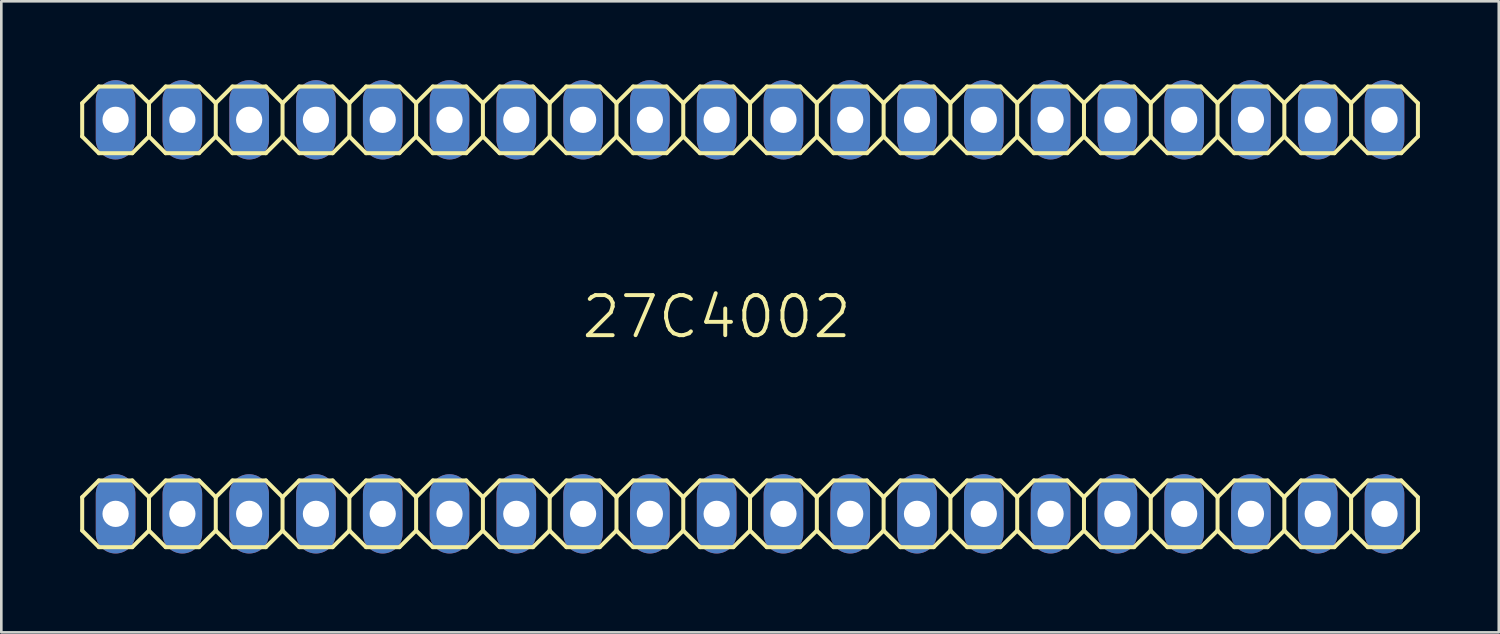
<source format=kicad_pcb>
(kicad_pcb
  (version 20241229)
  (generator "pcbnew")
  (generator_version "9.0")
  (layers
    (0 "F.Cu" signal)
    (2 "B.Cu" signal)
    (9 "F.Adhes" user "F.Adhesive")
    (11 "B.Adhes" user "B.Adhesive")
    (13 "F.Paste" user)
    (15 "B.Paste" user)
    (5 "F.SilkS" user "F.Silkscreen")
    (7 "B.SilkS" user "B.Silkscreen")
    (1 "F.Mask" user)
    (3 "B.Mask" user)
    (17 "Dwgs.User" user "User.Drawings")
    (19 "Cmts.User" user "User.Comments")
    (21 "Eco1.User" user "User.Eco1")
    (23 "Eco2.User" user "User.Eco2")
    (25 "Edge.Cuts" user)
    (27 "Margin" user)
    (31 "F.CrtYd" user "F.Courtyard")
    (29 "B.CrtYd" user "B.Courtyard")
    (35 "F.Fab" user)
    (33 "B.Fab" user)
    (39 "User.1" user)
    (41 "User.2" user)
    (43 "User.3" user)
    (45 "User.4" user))
  (footprint "27C4002"
    (layer "F.Cu")
    (at 24.206 9)
    (property "Reference" "27C4002" (at 0 0 0) (layer "F.SilkS") (effects (font (size 1.524 1.524) (thickness 0.15))))
    (attr exclude_from_pos_files exclude_from_bom)
    (fp_line (start -24.13 -8.128) (end -24.13 -6.858) (stroke (width 0.152) (type solid)) (layer "F.SilkS"))
    (fp_line (start -24.13 -6.858) (end -23.495 -6.223) (stroke (width 0.152) (type solid)) (layer "F.SilkS"))
    (fp_line (start -24.13 6.858) (end -24.13 8.128) (stroke (width 0.152) (type solid)) (layer "F.SilkS"))
    (fp_line (start -24.13 8.128) (end -23.495 8.76) (stroke (width 0.152) (type solid)) (layer "F.SilkS"))
    (fp_line (start -23.495 -8.76) (end -24.13 -8.128) (stroke (width 0.152) (type solid)) (layer "F.SilkS"))
    (fp_line (start -23.495 -8.76) (end -22.225 -8.76) (stroke (width 0.152) (type solid)) (layer "F.SilkS"))
    (fp_line (start -23.495 6.223) (end -24.13 6.858) (stroke (width 0.152) (type solid)) (layer "F.SilkS"))
    (fp_line (start -23.495 6.223) (end -22.225 6.223) (stroke (width 0.152) (type solid)) (layer "F.SilkS"))
    (fp_line (start -22.225 -8.76) (end -21.59 -8.128) (stroke (width 0.152) (type solid)) (layer "F.SilkS"))
    (fp_line (start -22.225 -6.223) (end -23.495 -6.223) (stroke (width 0.152) (type solid)) (layer "F.SilkS"))
    (fp_line (start -22.225 6.223) (end -21.59 6.858) (stroke (width 0.152) (type solid)) (layer "F.SilkS"))
    (fp_line (start -22.225 8.76) (end -23.495 8.76) (stroke (width 0.152) (type solid)) (layer "F.SilkS"))
    (fp_line (start -21.59 -8.128) (end -21.59 -6.858) (stroke (width 0.152) (type solid)) (layer "F.SilkS"))
    (fp_line (start -21.59 -8.128) (end -20.955 -8.76) (stroke (width 0.152) (type solid)) (layer "F.SilkS"))
    (fp_line (start -21.59 -6.858) (end -22.225 -6.223) (stroke (width 0.152) (type solid)) (layer "F.SilkS"))
    (fp_line (start -21.59 6.858) (end -21.59 8.128) (stroke (width 0.152) (type solid)) (layer "F.SilkS"))
    (fp_line (start -21.59 6.858) (end -20.955 6.223) (stroke (width 0.152) (type solid)) (layer "F.SilkS"))
    (fp_line (start -21.59 8.128) (end -22.225 8.76) (stroke (width 0.152) (type solid)) (layer "F.SilkS"))
    (fp_line (start -20.955 -8.76) (end -19.685 -8.76) (stroke (width 0.152) (type solid)) (layer "F.SilkS"))
    (fp_line (start -20.955 -6.223) (end -21.59 -6.858) (stroke (width 0.152) (type solid)) (layer "F.SilkS"))
    (fp_line (start -20.955 6.223) (end -19.685 6.223) (stroke (width 0.152) (type solid)) (layer "F.SilkS"))
    (fp_line (start -20.955 8.76) (end -21.59 8.128) (stroke (width 0.152) (type solid)) (layer "F.SilkS"))
    (fp_line (start -19.685 -8.76) (end -19.05 -8.128) (stroke (width 0.152) (type solid)) (layer "F.SilkS"))
    (fp_line (start -19.685 -6.223) (end -20.955 -6.223) (stroke (width 0.152) (type solid)) (layer "F.SilkS"))
    (fp_line (start -19.685 6.223) (end -19.05 6.858) (stroke (width 0.152) (type solid)) (layer "F.SilkS"))
    (fp_line (start -19.685 8.76) (end -20.955 8.76) (stroke (width 0.152) (type solid)) (layer "F.SilkS"))
    (fp_line (start -19.05 -8.128) (end -19.05 -6.858) (stroke (width 0.152) (type solid)) (layer "F.SilkS"))
    (fp_line (start -19.05 -8.128) (end -18.415 -8.76) (stroke (width 0.152) (type solid)) (layer "F.SilkS"))
    (fp_line (start -19.05 -6.858) (end -19.685 -6.223) (stroke (width 0.152) (type solid)) (layer "F.SilkS"))
    (fp_line (start -19.05 6.858) (end -19.05 8.128) (stroke (width 0.152) (type solid)) (layer "F.SilkS"))
    (fp_line (start -19.05 6.858) (end -18.415 6.223) (stroke (width 0.152) (type solid)) (layer "F.SilkS"))
    (fp_line (start -19.05 8.128) (end -19.685 8.76) (stroke (width 0.152) (type solid)) (layer "F.SilkS"))
    (fp_line (start -18.415 -8.76) (end -17.145 -8.76) (stroke (width 0.152) (type solid)) (layer "F.SilkS"))
    (fp_line (start -18.415 -6.223) (end -19.05 -6.858) (stroke (width 0.152) (type solid)) (layer "F.SilkS"))
    (fp_line (start -18.415 6.223) (end -17.145 6.223) (stroke (width 0.152) (type solid)) (layer "F.SilkS"))
    (fp_line (start -18.415 8.76) (end -19.05 8.128) (stroke (width 0.152) (type solid)) (layer "F.SilkS"))
    (fp_line (start -17.145 -8.76) (end -16.51 -8.128) (stroke (width 0.152) (type solid)) (layer "F.SilkS"))
    (fp_line (start -17.145 -6.223) (end -18.415 -6.223) (stroke (width 0.152) (type solid)) (layer "F.SilkS"))
    (fp_line (start -17.145 6.223) (end -16.51 6.858) (stroke (width 0.152) (type solid)) (layer "F.SilkS"))
    (fp_line (start -17.145 8.76) (end -18.415 8.76) (stroke (width 0.152) (type solid)) (layer "F.SilkS"))
    (fp_line (start -16.51 -8.128) (end -16.51 -6.858) (stroke (width 0.152) (type solid)) (layer "F.SilkS"))
    (fp_line (start -16.51 -6.858) (end -17.145 -6.223) (stroke (width 0.152) (type solid)) (layer "F.SilkS"))
    (fp_line (start -16.51 -6.858) (end -15.875 -6.223) (stroke (width 0.152) (type solid)) (layer "F.SilkS"))
    (fp_line (start -16.51 6.858) (end -16.51 8.128) (stroke (width 0.152) (type solid)) (layer "F.SilkS"))
    (fp_line (start -16.51 8.128) (end -17.145 8.76) (stroke (width 0.152) (type solid)) (layer "F.SilkS"))
    (fp_line (start -16.51 8.128) (end -15.875 8.76) (stroke (width 0.152) (type solid)) (layer "F.SilkS"))
    (fp_line (start -15.875 -8.76) (end -16.51 -8.128) (stroke (width 0.152) (type solid)) (layer "F.SilkS"))
    (fp_line (start -15.875 -8.76) (end -14.605 -8.76) (stroke (width 0.152) (type solid)) (layer "F.SilkS"))
    (fp_line (start -15.875 6.223) (end -16.51 6.858) (stroke (width 0.152) (type solid)) (layer "F.SilkS"))
    (fp_line (start -15.875 6.223) (end -14.605 6.223) (stroke (width 0.152) (type solid)) (layer "F.SilkS"))
    (fp_line (start -14.605 -8.76) (end -13.97 -8.128) (stroke (width 0.152) (type solid)) (layer "F.SilkS"))
    (fp_line (start -14.605 -6.223) (end -15.875 -6.223) (stroke (width 0.152) (type solid)) (layer "F.SilkS"))
    (fp_line (start -14.605 6.223) (end -13.97 6.858) (stroke (width 0.152) (type solid)) (layer "F.SilkS"))
    (fp_line (start -14.605 8.76) (end -15.875 8.76) (stroke (width 0.152) (type solid)) (layer "F.SilkS"))
    (fp_line (start -13.97 -8.128) (end -13.97 -6.858) (stroke (width 0.152) (type solid)) (layer "F.SilkS"))
    (fp_line (start -13.97 -8.128) (end -13.335 -8.76) (stroke (width 0.152) (type solid)) (layer "F.SilkS"))
    (fp_line (start -13.97 -6.858) (end -14.605 -6.223) (stroke (width 0.152) (type solid)) (layer "F.SilkS"))
    (fp_line (start -13.97 6.858) (end -13.97 8.128) (stroke (width 0.152) (type solid)) (layer "F.SilkS"))
    (fp_line (start -13.97 6.858) (end -13.335 6.223) (stroke (width 0.152) (type solid)) (layer "F.SilkS"))
    (fp_line (start -13.97 8.128) (end -14.605 8.76) (stroke (width 0.152) (type solid)) (layer "F.SilkS"))
    (fp_line (start -13.335 -8.76) (end -12.065 -8.76) (stroke (width 0.152) (type solid)) (layer "F.SilkS"))
    (fp_line (start -13.335 -6.223) (end -13.97 -6.858) (stroke (width 0.152) (type solid)) (layer "F.SilkS"))
    (fp_line (start -13.335 6.223) (end -12.065 6.223) (stroke (width 0.152) (type solid)) (layer "F.SilkS"))
    (fp_line (start -13.335 8.76) (end -13.97 8.128) (stroke (width 0.152) (type solid)) (layer "F.SilkS"))
    (fp_line (start -12.065 -8.76) (end -11.43 -8.128) (stroke (width 0.152) (type solid)) (layer "F.SilkS"))
    (fp_line (start -12.065 -6.223) (end -13.335 -6.223) (stroke (width 0.152) (type solid)) (layer "F.SilkS"))
    (fp_line (start -12.065 6.223) (end -11.43 6.858) (stroke (width 0.152) (type solid)) (layer "F.SilkS"))
    (fp_line (start -12.065 8.76) (end -13.335 8.76) (stroke (width 0.152) (type solid)) (layer "F.SilkS"))
    (fp_line (start -11.43 -8.128) (end -11.43 -6.858) (stroke (width 0.152) (type solid)) (layer "F.SilkS"))
    (fp_line (start -11.43 -8.128) (end -10.795 -8.76) (stroke (width 0.152) (type solid)) (layer "F.SilkS"))
    (fp_line (start -11.43 -6.858) (end -12.065 -6.223) (stroke (width 0.152) (type solid)) (layer "F.SilkS"))
    (fp_line (start -11.43 6.858) (end -11.43 8.128) (stroke (width 0.152) (type solid)) (layer "F.SilkS"))
    (fp_line (start -11.43 6.858) (end -10.795 6.223) (stroke (width 0.152) (type solid)) (layer "F.SilkS"))
    (fp_line (start -11.43 8.128) (end -12.065 8.76) (stroke (width 0.152) (type solid)) (layer "F.SilkS"))
    (fp_line (start -10.795 -8.76) (end -9.525 -8.76) (stroke (width 0.152) (type solid)) (layer "F.SilkS"))
    (fp_line (start -10.795 -6.223) (end -11.43 -6.858) (stroke (width 0.152) (type solid)) (layer "F.SilkS"))
    (fp_line (start -10.795 6.223) (end -9.525 6.223) (stroke (width 0.152) (type solid)) (layer "F.SilkS"))
    (fp_line (start -10.795 8.76) (end -11.43 8.128) (stroke (width 0.152) (type solid)) (layer "F.SilkS"))
    (fp_line (start -9.525 -8.76) (end -8.89 -8.128) (stroke (width 0.152) (type solid)) (layer "F.SilkS"))
    (fp_line (start -9.525 -6.223) (end -10.795 -6.223) (stroke (width 0.152) (type solid)) (layer "F.SilkS"))
    (fp_line (start -9.525 6.223) (end -8.89 6.858) (stroke (width 0.152) (type solid)) (layer "F.SilkS"))
    (fp_line (start -9.525 8.76) (end -10.795 8.76) (stroke (width 0.152) (type solid)) (layer "F.SilkS"))
    (fp_line (start -8.89 -8.128) (end -8.89 -6.858) (stroke (width 0.152) (type solid)) (layer "F.SilkS"))
    (fp_line (start -8.89 -6.858) (end -9.525 -6.223) (stroke (width 0.152) (type solid)) (layer "F.SilkS"))
    (fp_line (start -8.89 -6.858) (end -8.255 -6.223) (stroke (width 0.152) (type solid)) (layer "F.SilkS"))
    (fp_line (start -8.89 6.858) (end -8.89 8.128) (stroke (width 0.152) (type solid)) (layer "F.SilkS"))
    (fp_line (start -8.89 8.128) (end -9.525 8.76) (stroke (width 0.152) (type solid)) (layer "F.SilkS"))
    (fp_line (start -8.89 8.128) (end -8.255 8.76) (stroke (width 0.152) (type solid)) (layer "F.SilkS"))
    (fp_line (start -8.255 -8.76) (end -8.89 -8.128) (stroke (width 0.152) (type solid)) (layer "F.SilkS"))
    (fp_line (start -8.255 -8.76) (end -6.985 -8.76) (stroke (width 0.152) (type solid)) (layer "F.SilkS"))
    (fp_line (start -8.255 6.223) (end -8.89 6.858) (stroke (width 0.152) (type solid)) (layer "F.SilkS"))
    (fp_line (start -8.255 6.223) (end -6.985 6.223) (stroke (width 0.152) (type solid)) (layer "F.SilkS"))
    (fp_line (start -6.985 -8.76) (end -6.35 -8.128) (stroke (width 0.152) (type solid)) (layer "F.SilkS"))
    (fp_line (start -6.985 -6.223) (end -8.255 -6.223) (stroke (width 0.152) (type solid)) (layer "F.SilkS"))
    (fp_line (start -6.985 6.223) (end -6.35 6.858) (stroke (width 0.152) (type solid)) (layer "F.SilkS"))
    (fp_line (start -6.985 8.76) (end -8.255 8.76) (stroke (width 0.152) (type solid)) (layer "F.SilkS"))
    (fp_line (start -6.35 -8.128) (end -6.35 -6.858) (stroke (width 0.152) (type solid)) (layer "F.SilkS"))
    (fp_line (start -6.35 -8.128) (end -5.715 -8.76) (stroke (width 0.152) (type solid)) (layer "F.SilkS"))
    (fp_line (start -6.35 -6.858) (end -6.985 -6.223) (stroke (width 0.152) (type solid)) (layer "F.SilkS"))
    (fp_line (start -6.35 6.858) (end -6.35 8.128) (stroke (width 0.152) (type solid)) (layer "F.SilkS"))
    (fp_line (start -6.35 6.858) (end -5.715 6.223) (stroke (width 0.152) (type solid)) (layer "F.SilkS"))
    (fp_line (start -6.35 8.128) (end -6.985 8.76) (stroke (width 0.152) (type solid)) (layer "F.SilkS"))
    (fp_line (start -5.715 -8.76) (end -4.445 -8.76) (stroke (width 0.152) (type solid)) (layer "F.SilkS"))
    (fp_line (start -5.715 -6.223) (end -6.35 -6.858) (stroke (width 0.152) (type solid)) (layer "F.SilkS"))
    (fp_line (start -5.715 6.223) (end -4.445 6.223) (stroke (width 0.152) (type solid)) (layer "F.SilkS"))
    (fp_line (start -5.715 8.76) (end -6.35 8.128) (stroke (width 0.152) (type solid)) (layer "F.SilkS"))
    (fp_line (start -4.445 -8.76) (end -3.81 -8.128) (stroke (width 0.152) (type solid)) (layer "F.SilkS"))
    (fp_line (start -4.445 -6.223) (end -5.715 -6.223) (stroke (width 0.152) (type solid)) (layer "F.SilkS"))
    (fp_line (start -4.445 6.223) (end -3.81 6.858) (stroke (width 0.152) (type solid)) (layer "F.SilkS"))
    (fp_line (start -4.445 8.76) (end -5.715 8.76) (stroke (width 0.152) (type solid)) (layer "F.SilkS"))
    (fp_line (start -3.81 -8.128) (end -3.81 -6.858) (stroke (width 0.152) (type solid)) (layer "F.SilkS"))
    (fp_line (start -3.81 -8.128) (end -3.175 -8.76) (stroke (width 0.152) (type solid)) (layer "F.SilkS"))
    (fp_line (start -3.81 -6.858) (end -4.445 -6.223) (stroke (width 0.152) (type solid)) (layer "F.SilkS"))
    (fp_line (start -3.81 6.858) (end -3.81 8.128) (stroke (width 0.152) (type solid)) (layer "F.SilkS"))
    (fp_line (start -3.81 6.858) (end -3.175 6.223) (stroke (width 0.152) (type solid)) (layer "F.SilkS"))
    (fp_line (start -3.81 8.128) (end -4.445 8.76) (stroke (width 0.152) (type solid)) (layer "F.SilkS"))
    (fp_line (start -3.175 -8.76) (end -1.905 -8.76) (stroke (width 0.152) (type solid)) (layer "F.SilkS"))
    (fp_line (start -3.175 -6.223) (end -3.81 -6.858) (stroke (width 0.152) (type solid)) (layer "F.SilkS"))
    (fp_line (start -3.175 6.223) (end -1.905 6.223) (stroke (width 0.152) (type solid)) (layer "F.SilkS"))
    (fp_line (start -3.175 8.76) (end -3.81 8.128) (stroke (width 0.152) (type solid)) (layer "F.SilkS"))
    (fp_line (start -1.905 -8.76) (end -1.27 -8.128) (stroke (width 0.152) (type solid)) (layer "F.SilkS"))
    (fp_line (start -1.905 -6.223) (end -3.175 -6.223) (stroke (width 0.152) (type solid)) (layer "F.SilkS"))
    (fp_line (start -1.905 6.223) (end -1.27 6.858) (stroke (width 0.152) (type solid)) (layer "F.SilkS"))
    (fp_line (start -1.905 8.76) (end -3.175 8.76) (stroke (width 0.152) (type solid)) (layer "F.SilkS"))
    (fp_line (start -1.27 -8.128) (end -1.27 -6.858) (stroke (width 0.152) (type solid)) (layer "F.SilkS"))
    (fp_line (start -1.27 -6.858) (end -1.905 -6.223) (stroke (width 0.152) (type solid)) (layer "F.SilkS"))
    (fp_line (start -1.27 -6.858) (end -0.635 -6.223) (stroke (width 0.152) (type solid)) (layer "F.SilkS"))
    (fp_line (start -1.27 6.858) (end -1.27 8.128) (stroke (width 0.152) (type solid)) (layer "F.SilkS"))
    (fp_line (start -1.27 8.128) (end -1.905 8.76) (stroke (width 0.152) (type solid)) (layer "F.SilkS"))
    (fp_line (start -1.27 8.128) (end -0.635 8.76) (stroke (width 0.152) (type solid)) (layer "F.SilkS"))
    (fp_line (start -0.635 -8.76) (end -1.27 -8.128) (stroke (width 0.152) (type solid)) (layer "F.SilkS"))
    (fp_line (start -0.635 -8.76) (end 0.635 -8.76) (stroke (width 0.152) (type solid)) (layer "F.SilkS"))
    (fp_line (start -0.635 6.223) (end -1.27 6.858) (stroke (width 0.152) (type solid)) (layer "F.SilkS"))
    (fp_line (start -0.635 6.223) (end 0.635 6.223) (stroke (width 0.152) (type solid)) (layer "F.SilkS"))
    (fp_line (start 0.635 -8.76) (end 1.27 -8.128) (stroke (width 0.152) (type solid)) (layer "F.SilkS"))
    (fp_line (start 0.635 -6.223) (end -0.635 -6.223) (stroke (width 0.152) (type solid)) (layer "F.SilkS"))
    (fp_line (start 0.635 6.223) (end 1.27 6.858) (stroke (width 0.152) (type solid)) (layer "F.SilkS"))
    (fp_line (start 0.635 8.76) (end -0.635 8.76) (stroke (width 0.152) (type solid)) (layer "F.SilkS"))
    (fp_line (start 1.27 -8.128) (end 1.27 -6.858) (stroke (width 0.152) (type solid)) (layer "F.SilkS"))
    (fp_line (start 1.27 -8.128) (end 1.905 -8.76) (stroke (width 0.152) (type solid)) (layer "F.SilkS"))
    (fp_line (start 1.27 -6.858) (end 0.635 -6.223) (stroke (width 0.152) (type solid)) (layer "F.SilkS"))
    (fp_line (start 1.27 6.858) (end 1.27 8.128) (stroke (width 0.152) (type solid)) (layer "F.SilkS"))
    (fp_line (start 1.27 6.858) (end 1.905 6.223) (stroke (width 0.152) (type solid)) (layer "F.SilkS"))
    (fp_line (start 1.27 8.128) (end 0.635 8.76) (stroke (width 0.152) (type solid)) (layer "F.SilkS"))
    (fp_line (start 1.905 -8.76) (end 3.175 -8.76) (stroke (width 0.152) (type solid)) (layer "F.SilkS"))
    (fp_line (start 1.905 -6.223) (end 1.27 -6.858) (stroke (width 0.152) (type solid)) (layer "F.SilkS"))
    (fp_line (start 1.905 6.223) (end 3.175 6.223) (stroke (width 0.152) (type solid)) (layer "F.SilkS"))
    (fp_line (start 1.905 8.76) (end 1.27 8.128) (stroke (width 0.152) (type solid)) (layer "F.SilkS"))
    (fp_line (start 3.175 -8.76) (end 3.81 -8.128) (stroke (width 0.152) (type solid)) (layer "F.SilkS"))
    (fp_line (start 3.175 -6.223) (end 1.905 -6.223) (stroke (width 0.152) (type solid)) (layer "F.SilkS"))
    (fp_line (start 3.175 6.223) (end 3.81 6.858) (stroke (width 0.152) (type solid)) (layer "F.SilkS"))
    (fp_line (start 3.175 8.76) (end 1.905 8.76) (stroke (width 0.152) (type solid)) (layer "F.SilkS"))
    (fp_line (start 3.81 -8.128) (end 3.81 -6.858) (stroke (width 0.152) (type solid)) (layer "F.SilkS"))
    (fp_line (start 3.81 -8.128) (end 4.445 -8.76) (stroke (width 0.152) (type solid)) (layer "F.SilkS"))
    (fp_line (start 3.81 -6.858) (end 3.175 -6.223) (stroke (width 0.152) (type solid)) (layer "F.SilkS"))
    (fp_line (start 3.81 6.858) (end 3.81 8.128) (stroke (width 0.152) (type solid)) (layer "F.SilkS"))
    (fp_line (start 3.81 6.858) (end 4.445 6.223) (stroke (width 0.152) (type solid)) (layer "F.SilkS"))
    (fp_line (start 3.81 8.128) (end 3.175 8.76) (stroke (width 0.152) (type solid)) (layer "F.SilkS"))
    (fp_line (start 4.445 -8.76) (end 5.715 -8.76) (stroke (width 0.152) (type solid)) (layer "F.SilkS"))
    (fp_line (start 4.445 -6.223) (end 3.81 -6.858) (stroke (width 0.152) (type solid)) (layer "F.SilkS"))
    (fp_line (start 4.445 6.223) (end 5.715 6.223) (stroke (width 0.152) (type solid)) (layer "F.SilkS"))
    (fp_line (start 4.445 8.76) (end 3.81 8.128) (stroke (width 0.152) (type solid)) (layer "F.SilkS"))
    (fp_line (start 5.715 -8.76) (end 6.35 -8.128) (stroke (width 0.152) (type solid)) (layer "F.SilkS"))
    (fp_line (start 5.715 -6.223) (end 4.445 -6.223) (stroke (width 0.152) (type solid)) (layer "F.SilkS"))
    (fp_line (start 5.715 6.223) (end 6.35 6.858) (stroke (width 0.152) (type solid)) (layer "F.SilkS"))
    (fp_line (start 5.715 8.76) (end 4.445 8.76) (stroke (width 0.152) (type solid)) (layer "F.SilkS"))
    (fp_line (start 6.35 -8.128) (end 6.35 -6.858) (stroke (width 0.152) (type solid)) (layer "F.SilkS"))
    (fp_line (start 6.35 -6.858) (end 5.715 -6.223) (stroke (width 0.152) (type solid)) (layer "F.SilkS"))
    (fp_line (start 6.35 -6.858) (end 6.985 -6.223) (stroke (width 0.152) (type solid)) (layer "F.SilkS"))
    (fp_line (start 6.35 6.858) (end 6.35 8.128) (stroke (width 0.152) (type solid)) (layer "F.SilkS"))
    (fp_line (start 6.35 8.128) (end 5.715 8.76) (stroke (width 0.152) (type solid)) (layer "F.SilkS"))
    (fp_line (start 6.35 8.128) (end 6.985 8.76) (stroke (width 0.152) (type solid)) (layer "F.SilkS"))
    (fp_line (start 6.985 -8.76) (end 6.35 -8.128) (stroke (width 0.152) (type solid)) (layer "F.SilkS"))
    (fp_line (start 6.985 -8.76) (end 8.255 -8.76) (stroke (width 0.152) (type solid)) (layer "F.SilkS"))
    (fp_line (start 6.985 6.223) (end 6.35 6.858) (stroke (width 0.152) (type solid)) (layer "F.SilkS"))
    (fp_line (start 6.985 6.223) (end 8.255 6.223) (stroke (width 0.152) (type solid)) (layer "F.SilkS"))
    (fp_line (start 8.255 -8.76) (end 8.89 -8.128) (stroke (width 0.152) (type solid)) (layer "F.SilkS"))
    (fp_line (start 8.255 -6.223) (end 6.985 -6.223) (stroke (width 0.152) (type solid)) (layer "F.SilkS"))
    (fp_line (start 8.255 6.223) (end 8.89 6.858) (stroke (width 0.152) (type solid)) (layer "F.SilkS"))
    (fp_line (start 8.255 8.76) (end 6.985 8.76) (stroke (width 0.152) (type solid)) (layer "F.SilkS"))
    (fp_line (start 8.89 -8.128) (end 8.89 -6.858) (stroke (width 0.152) (type solid)) (layer "F.SilkS"))
    (fp_line (start 8.89 -8.128) (end 9.525 -8.76) (stroke (width 0.152) (type solid)) (layer "F.SilkS"))
    (fp_line (start 8.89 -6.858) (end 8.255 -6.223) (stroke (width 0.152) (type solid)) (layer "F.SilkS"))
    (fp_line (start 8.89 6.858) (end 8.89 8.128) (stroke (width 0.152) (type solid)) (layer "F.SilkS"))
    (fp_line (start 8.89 6.858) (end 9.525 6.223) (stroke (width 0.152) (type solid)) (layer "F.SilkS"))
    (fp_line (start 8.89 8.128) (end 8.255 8.76) (stroke (width 0.152) (type solid)) (layer "F.SilkS"))
    (fp_line (start 9.525 -8.76) (end 10.795 -8.76) (stroke (width 0.152) (type solid)) (layer "F.SilkS"))
    (fp_line (start 9.525 -6.223) (end 8.89 -6.858) (stroke (width 0.152) (type solid)) (layer "F.SilkS"))
    (fp_line (start 9.525 6.223) (end 10.795 6.223) (stroke (width 0.152) (type solid)) (layer "F.SilkS"))
    (fp_line (start 9.525 8.76) (end 8.89 8.128) (stroke (width 0.152) (type solid)) (layer "F.SilkS"))
    (fp_line (start 10.795 -8.76) (end 11.43 -8.128) (stroke (width 0.152) (type solid)) (layer "F.SilkS"))
    (fp_line (start 10.795 -6.223) (end 9.525 -6.223) (stroke (width 0.152) (type solid)) (layer "F.SilkS"))
    (fp_line (start 10.795 6.223) (end 11.43 6.858) (stroke (width 0.152) (type solid)) (layer "F.SilkS"))
    (fp_line (start 10.795 8.76) (end 9.525 8.76) (stroke (width 0.152) (type solid)) (layer "F.SilkS"))
    (fp_line (start 11.43 -8.128) (end 11.43 -6.858) (stroke (width 0.152) (type solid)) (layer "F.SilkS"))
    (fp_line (start 11.43 -8.128) (end 12.065 -8.76) (stroke (width 0.152) (type solid)) (layer "F.SilkS"))
    (fp_line (start 11.43 -6.858) (end 10.795 -6.223) (stroke (width 0.152) (type solid)) (layer "F.SilkS"))
    (fp_line (start 11.43 6.858) (end 11.43 8.128) (stroke (width 0.152) (type solid)) (layer "F.SilkS"))
    (fp_line (start 11.43 6.858) (end 12.065 6.223) (stroke (width 0.152) (type solid)) (layer "F.SilkS"))
    (fp_line (start 11.43 8.128) (end 10.795 8.76) (stroke (width 0.152) (type solid)) (layer "F.SilkS"))
    (fp_line (start 12.065 -8.76) (end 13.335 -8.76) (stroke (width 0.152) (type solid)) (layer "F.SilkS"))
    (fp_line (start 12.065 -6.223) (end 11.43 -6.858) (stroke (width 0.152) (type solid)) (layer "F.SilkS"))
    (fp_line (start 12.065 6.223) (end 13.335 6.223) (stroke (width 0.152) (type solid)) (layer "F.SilkS"))
    (fp_line (start 12.065 8.76) (end 11.43 8.128) (stroke (width 0.152) (type solid)) (layer "F.SilkS"))
    (fp_line (start 13.335 -8.76) (end 13.97 -8.128) (stroke (width 0.152) (type solid)) (layer "F.SilkS"))
    (fp_line (start 13.335 -6.223) (end 12.065 -6.223) (stroke (width 0.152) (type solid)) (layer "F.SilkS"))
    (fp_line (start 13.335 6.223) (end 13.97 6.858) (stroke (width 0.152) (type solid)) (layer "F.SilkS"))
    (fp_line (start 13.335 8.76) (end 12.065 8.76) (stroke (width 0.152) (type solid)) (layer "F.SilkS"))
    (fp_line (start 13.97 -8.128) (end 13.97 -6.858) (stroke (width 0.152) (type solid)) (layer "F.SilkS"))
    (fp_line (start 13.97 -6.858) (end 13.335 -6.223) (stroke (width 0.152) (type solid)) (layer "F.SilkS"))
    (fp_line (start 13.97 -6.858) (end 14.605 -6.223) (stroke (width 0.152) (type solid)) (layer "F.SilkS"))
    (fp_line (start 13.97 6.858) (end 13.97 8.128) (stroke (width 0.152) (type solid)) (layer "F.SilkS"))
    (fp_line (start 13.97 8.128) (end 13.335 8.76) (stroke (width 0.152) (type solid)) (layer "F.SilkS"))
    (fp_line (start 13.97 8.128) (end 14.605 8.76) (stroke (width 0.152) (type solid)) (layer "F.SilkS"))
    (fp_line (start 14.605 -8.76) (end 13.97 -8.128) (stroke (width 0.152) (type solid)) (layer "F.SilkS"))
    (fp_line (start 14.605 -8.76) (end 15.875 -8.76) (stroke (width 0.152) (type solid)) (layer "F.SilkS"))
    (fp_line (start 14.605 6.223) (end 13.97 6.858) (stroke (width 0.152) (type solid)) (layer "F.SilkS"))
    (fp_line (start 14.605 6.223) (end 15.875 6.223) (stroke (width 0.152) (type solid)) (layer "F.SilkS"))
    (fp_line (start 15.875 -8.76) (end 16.51 -8.128) (stroke (width 0.152) (type solid)) (layer "F.SilkS"))
    (fp_line (start 15.875 -6.223) (end 14.605 -6.223) (stroke (width 0.152) (type solid)) (layer "F.SilkS"))
    (fp_line (start 15.875 6.223) (end 16.51 6.858) (stroke (width 0.152) (type solid)) (layer "F.SilkS"))
    (fp_line (start 15.875 8.76) (end 14.605 8.76) (stroke (width 0.152) (type solid)) (layer "F.SilkS"))
    (fp_line (start 16.51 -8.128) (end 16.51 -6.858) (stroke (width 0.152) (type solid)) (layer "F.SilkS"))
    (fp_line (start 16.51 -8.128) (end 17.145 -8.76) (stroke (width 0.152) (type solid)) (layer "F.SilkS"))
    (fp_line (start 16.51 -6.858) (end 15.875 -6.223) (stroke (width 0.152) (type solid)) (layer "F.SilkS"))
    (fp_line (start 16.51 6.858) (end 16.51 8.128) (stroke (width 0.152) (type solid)) (layer "F.SilkS"))
    (fp_line (start 16.51 6.858) (end 17.145 6.223) (stroke (width 0.152) (type solid)) (layer "F.SilkS"))
    (fp_line (start 16.51 8.128) (end 15.875 8.76) (stroke (width 0.152) (type solid)) (layer "F.SilkS"))
    (fp_line (start 17.145 -8.76) (end 18.415 -8.76) (stroke (width 0.152) (type solid)) (layer "F.SilkS"))
    (fp_line (start 17.145 -6.223) (end 16.51 -6.858) (stroke (width 0.152) (type solid)) (layer "F.SilkS"))
    (fp_line (start 17.145 6.223) (end 18.415 6.223) (stroke (width 0.152) (type solid)) (layer "F.SilkS"))
    (fp_line (start 17.145 8.76) (end 16.51 8.128) (stroke (width 0.152) (type solid)) (layer "F.SilkS"))
    (fp_line (start 18.415 -8.76) (end 19.05 -8.128) (stroke (width 0.152) (type solid)) (layer "F.SilkS"))
    (fp_line (start 18.415 -6.223) (end 17.145 -6.223) (stroke (width 0.152) (type solid)) (layer "F.SilkS"))
    (fp_line (start 18.415 6.223) (end 19.05 6.858) (stroke (width 0.152) (type solid)) (layer "F.SilkS"))
    (fp_line (start 18.415 8.76) (end 17.145 8.76) (stroke (width 0.152) (type solid)) (layer "F.SilkS"))
    (fp_line (start 19.05 -8.128) (end 19.05 -6.858) (stroke (width 0.152) (type solid)) (layer "F.SilkS"))
    (fp_line (start 19.05 -8.128) (end 19.685 -8.76) (stroke (width 0.152) (type solid)) (layer "F.SilkS"))
    (fp_line (start 19.05 -6.858) (end 18.415 -6.223) (stroke (width 0.152) (type solid)) (layer "F.SilkS"))
    (fp_line (start 19.05 6.858) (end 19.05 8.128) (stroke (width 0.152) (type solid)) (layer "F.SilkS"))
    (fp_line (start 19.05 6.858) (end 19.685 6.223) (stroke (width 0.152) (type solid)) (layer "F.SilkS"))
    (fp_line (start 19.05 8.128) (end 18.415 8.76) (stroke (width 0.152) (type solid)) (layer "F.SilkS"))
    (fp_line (start 19.685 -8.76) (end 20.955 -8.76) (stroke (width 0.152) (type solid)) (layer "F.SilkS"))
    (fp_line (start 19.685 -6.223) (end 19.05 -6.858) (stroke (width 0.152) (type solid)) (layer "F.SilkS"))
    (fp_line (start 19.685 6.223) (end 20.955 6.223) (stroke (width 0.152) (type solid)) (layer "F.SilkS"))
    (fp_line (start 19.685 8.76) (end 19.05 8.128) (stroke (width 0.152) (type solid)) (layer "F.SilkS"))
    (fp_line (start 20.955 -8.76) (end 21.59 -8.128) (stroke (width 0.152) (type solid)) (layer "F.SilkS"))
    (fp_line (start 20.955 -6.223) (end 19.685 -6.223) (stroke (width 0.152) (type solid)) (layer "F.SilkS"))
    (fp_line (start 20.955 6.223) (end 21.59 6.858) (stroke (width 0.152) (type solid)) (layer "F.SilkS"))
    (fp_line (start 20.955 8.76) (end 19.685 8.76) (stroke (width 0.152) (type solid)) (layer "F.SilkS"))
    (fp_line (start 21.59 -8.128) (end 21.59 -6.858) (stroke (width 0.152) (type solid)) (layer "F.SilkS"))
    (fp_line (start 21.59 -6.858) (end 20.955 -6.223) (stroke (width 0.152) (type solid)) (layer "F.SilkS"))
    (fp_line (start 21.59 -6.858) (end 22.225 -6.223) (stroke (width 0.152) (type solid)) (layer "F.SilkS"))
    (fp_line (start 21.59 6.858) (end 21.59 8.128) (stroke (width 0.152) (type solid)) (layer "F.SilkS"))
    (fp_line (start 21.59 8.128) (end 20.955 8.76) (stroke (width 0.152) (type solid)) (layer "F.SilkS"))
    (fp_line (start 21.59 8.128) (end 22.225 8.76) (stroke (width 0.152) (type solid)) (layer "F.SilkS"))
    (fp_line (start 22.225 -8.76) (end 21.59 -8.128) (stroke (width 0.152) (type solid)) (layer "F.SilkS"))
    (fp_line (start 22.225 -8.76) (end 23.495 -8.76) (stroke (width 0.152) (type solid)) (layer "F.SilkS"))
    (fp_line (start 22.225 6.223) (end 21.59 6.858) (stroke (width 0.152) (type solid)) (layer "F.SilkS"))
    (fp_line (start 22.225 6.223) (end 23.495 6.223) (stroke (width 0.152) (type solid)) (layer "F.SilkS"))
    (fp_line (start 23.495 -8.76) (end 24.13 -8.128) (stroke (width 0.152) (type solid)) (layer "F.SilkS"))
    (fp_line (start 23.495 -6.223) (end 22.225 -6.223) (stroke (width 0.152) (type solid)) (layer "F.SilkS"))
    (fp_line (start 23.495 6.223) (end 24.13 6.858) (stroke (width 0.152) (type solid)) (layer "F.SilkS"))
    (fp_line (start 23.495 8.76) (end 22.225 8.76) (stroke (width 0.152) (type solid)) (layer "F.SilkS"))
    (fp_line (start 24.13 -8.128) (end 24.13 -6.858) (stroke (width 0.152) (type solid)) (layer "F.SilkS"))
    (fp_line (start 24.13 -6.858) (end 23.495 -6.223) (stroke (width 0.152) (type solid)) (layer "F.SilkS"))
    (fp_line (start 24.13 -6.858) (end 24.765 -6.223) (stroke (width 0.152) (type solid)) (layer "F.SilkS"))
    (fp_line (start 24.13 6.858) (end 24.13 8.128) (stroke (width 0.152) (type solid)) (layer "F.SilkS"))
    (fp_line (start 24.13 8.128) (end 23.495 8.76) (stroke (width 0.152) (type solid)) (layer "F.SilkS"))
    (fp_line (start 24.13 8.128) (end 24.765 8.76) (stroke (width 0.152) (type solid)) (layer "F.SilkS"))
    (fp_line (start 24.765 -8.76) (end 24.13 -8.128) (stroke (width 0.152) (type solid)) (layer "F.SilkS"))
    (fp_line (start 24.765 -8.76) (end 26.035 -8.76) (stroke (width 0.152) (type solid)) (layer "F.SilkS"))
    (fp_line (start 24.765 6.223) (end 24.13 6.858) (stroke (width 0.152) (type solid)) (layer "F.SilkS"))
    (fp_line (start 24.765 6.223) (end 26.035 6.223) (stroke (width 0.152) (type solid)) (layer "F.SilkS"))
    (fp_line (start 26.035 -8.76) (end 26.67 -8.128) (stroke (width 0.152) (type solid)) (layer "F.SilkS"))
    (fp_line (start 26.035 -6.223) (end 24.765 -6.223) (stroke (width 0.152) (type solid)) (layer "F.SilkS"))
    (fp_line (start 26.035 6.223) (end 26.67 6.858) (stroke (width 0.152) (type solid)) (layer "F.SilkS"))
    (fp_line (start 26.035 8.76) (end 24.765 8.76) (stroke (width 0.152) (type solid)) (layer "F.SilkS"))
    (fp_line (start 26.67 -8.128) (end 26.67 -6.858) (stroke (width 0.152) (type solid)) (layer "F.SilkS"))
    (fp_line (start 26.67 -6.858) (end 26.035 -6.223) (stroke (width 0.152) (type solid)) (layer "F.SilkS"))
    (fp_line (start 26.67 6.858) (end 26.67 8.128) (stroke (width 0.152) (type solid)) (layer "F.SilkS"))
    (fp_line (start 26.67 8.128) (end 26.035 8.76) (stroke (width 0.152) (type solid)) (layer "F.SilkS"))
    (fp_line (start -23.114 -7.747) (end -22.606 -7.747) (stroke (width 0.066) (type solid)) (layer "Dwgs.User"))
    (fp_line (start -23.114 -7.236) (end -23.114 -7.747) (stroke (width 0.066) (type solid)) (layer "Dwgs.User"))
    (fp_line (start -23.114 -7.236) (end -22.606 -7.236) (stroke (width 0.066) (type solid)) (layer "Dwgs.User"))
    (fp_line (start -23.114 7.236) (end -22.606 7.236) (stroke (width 0.066) (type solid)) (layer "Dwgs.User"))
    (fp_line (start -23.114 7.747) (end -23.114 7.236) (stroke (width 0.066) (type solid)) (layer "Dwgs.User"))
    (fp_line (start -23.114 7.747) (end -22.606 7.747) (stroke (width 0.066) (type solid)) (layer "Dwgs.User"))
    (fp_line (start -22.606 -7.236) (end -22.606 -7.747) (stroke (width 0.066) (type solid)) (layer "Dwgs.User"))
    (fp_line (start -22.606 7.747) (end -22.606 7.236) (stroke (width 0.066) (type solid)) (layer "Dwgs.User"))
    (fp_line (start -20.574 -7.747) (end -20.066 -7.747) (stroke (width 0.066) (type solid)) (layer "Dwgs.User"))
    (fp_line (start -20.574 -7.236) (end -20.574 -7.747) (stroke (width 0.066) (type solid)) (layer "Dwgs.User"))
    (fp_line (start -20.574 -7.236) (end -20.066 -7.236) (stroke (width 0.066) (type solid)) (layer "Dwgs.User"))
    (fp_line (start -20.574 7.236) (end -20.066 7.236) (stroke (width 0.066) (type solid)) (layer "Dwgs.User"))
    (fp_line (start -20.574 7.747) (end -20.574 7.236) (stroke (width 0.066) (type solid)) (layer "Dwgs.User"))
    (fp_line (start -20.574 7.747) (end -20.066 7.747) (stroke (width 0.066) (type solid)) (layer "Dwgs.User"))
    (fp_line (start -20.066 -7.236) (end -20.066 -7.747) (stroke (width 0.066) (type solid)) (layer "Dwgs.User"))
    (fp_line (start -20.066 7.747) (end -20.066 7.236) (stroke (width 0.066) (type solid)) (layer "Dwgs.User"))
    (fp_line (start -18.034 -7.747) (end -17.523 -7.747) (stroke (width 0.066) (type solid)) (layer "Dwgs.User"))
    (fp_line (start -18.034 -7.236) (end -18.034 -7.747) (stroke (width 0.066) (type solid)) (layer "Dwgs.User"))
    (fp_line (start -18.034 -7.236) (end -17.523 -7.236) (stroke (width 0.066) (type solid)) (layer "Dwgs.User"))
    (fp_line (start -18.034 7.236) (end -17.523 7.236) (stroke (width 0.066) (type solid)) (layer "Dwgs.User"))
    (fp_line (start -18.034 7.747) (end -18.034 7.236) (stroke (width 0.066) (type solid)) (layer "Dwgs.User"))
    (fp_line (start -18.034 7.747) (end -17.523 7.747) (stroke (width 0.066) (type solid)) (layer "Dwgs.User"))
    (fp_line (start -17.523 -7.236) (end -17.523 -7.747) (stroke (width 0.066) (type solid)) (layer "Dwgs.User"))
    (fp_line (start -17.523 7.747) (end -17.523 7.236) (stroke (width 0.066) (type solid)) (layer "Dwgs.User"))
    (fp_line (start -15.494 -7.747) (end -14.986 -7.747) (stroke (width 0.066) (type solid)) (layer "Dwgs.User"))
    (fp_line (start -15.494 -7.236) (end -15.494 -7.747) (stroke (width 0.066) (type solid)) (layer "Dwgs.User"))
    (fp_line (start -15.494 -7.236) (end -14.986 -7.236) (stroke (width 0.066) (type solid)) (layer "Dwgs.User"))
    (fp_line (start -15.494 7.236) (end -14.986 7.236) (stroke (width 0.066) (type solid)) (layer "Dwgs.User"))
    (fp_line (start -15.494 7.747) (end -15.494 7.236) (stroke (width 0.066) (type solid)) (layer "Dwgs.User"))
    (fp_line (start -15.494 7.747) (end -14.986 7.747) (stroke (width 0.066) (type solid)) (layer "Dwgs.User"))
    (fp_line (start -14.986 -7.236) (end -14.986 -7.747) (stroke (width 0.066) (type solid)) (layer "Dwgs.User"))
    (fp_line (start -14.986 7.747) (end -14.986 7.236) (stroke (width 0.066) (type solid)) (layer "Dwgs.User"))
    (fp_line (start -12.954 -7.747) (end -12.446 -7.747) (stroke (width 0.066) (type solid)) (layer "Dwgs.User"))
    (fp_line (start -12.954 -7.236) (end -12.954 -7.747) (stroke (width 0.066) (type solid)) (layer "Dwgs.User"))
    (fp_line (start -12.954 -7.236) (end -12.446 -7.236) (stroke (width 0.066) (type solid)) (layer "Dwgs.User"))
    (fp_line (start -12.954 7.236) (end -12.446 7.236) (stroke (width 0.066) (type solid)) (layer "Dwgs.User"))
    (fp_line (start -12.954 7.747) (end -12.954 7.236) (stroke (width 0.066) (type solid)) (layer "Dwgs.User"))
    (fp_line (start -12.954 7.747) (end -12.446 7.747) (stroke (width 0.066) (type solid)) (layer "Dwgs.User"))
    (fp_line (start -12.446 -7.236) (end -12.446 -7.747) (stroke (width 0.066) (type solid)) (layer "Dwgs.User"))
    (fp_line (start -12.446 7.747) (end -12.446 7.236) (stroke (width 0.066) (type solid)) (layer "Dwgs.User"))
    (fp_line (start -10.414 -7.747) (end -9.906 -7.747) (stroke (width 0.066) (type solid)) (layer "Dwgs.User"))
    (fp_line (start -10.414 -7.236) (end -10.414 -7.747) (stroke (width 0.066) (type solid)) (layer "Dwgs.User"))
    (fp_line (start -10.414 -7.236) (end -9.906 -7.236) (stroke (width 0.066) (type solid)) (layer "Dwgs.User"))
    (fp_line (start -10.414 7.236) (end -9.906 7.236) (stroke (width 0.066) (type solid)) (layer "Dwgs.User"))
    (fp_line (start -10.414 7.747) (end -10.414 7.236) (stroke (width 0.066) (type solid)) (layer "Dwgs.User"))
    (fp_line (start -10.414 7.747) (end -9.906 7.747) (stroke (width 0.066) (type solid)) (layer "Dwgs.User"))
    (fp_line (start -9.906 -7.236) (end -9.906 -7.747) (stroke (width 0.066) (type solid)) (layer "Dwgs.User"))
    (fp_line (start -9.906 7.747) (end -9.906 7.236) (stroke (width 0.066) (type solid)) (layer "Dwgs.User"))
    (fp_line (start -7.874 -7.747) (end -7.366 -7.747) (stroke (width 0.066) (type solid)) (layer "Dwgs.User"))
    (fp_line (start -7.874 -7.236) (end -7.874 -7.747) (stroke (width 0.066) (type solid)) (layer "Dwgs.User"))
    (fp_line (start -7.874 -7.236) (end -7.366 -7.236) (stroke (width 0.066) (type solid)) (layer "Dwgs.User"))
    (fp_line (start -7.874 7.236) (end -7.366 7.236) (stroke (width 0.066) (type solid)) (layer "Dwgs.User"))
    (fp_line (start -7.874 7.747) (end -7.874 7.236) (stroke (width 0.066) (type solid)) (layer "Dwgs.User"))
    (fp_line (start -7.874 7.747) (end -7.366 7.747) (stroke (width 0.066) (type solid)) (layer "Dwgs.User"))
    (fp_line (start -7.366 -7.236) (end -7.366 -7.747) (stroke (width 0.066) (type solid)) (layer "Dwgs.User"))
    (fp_line (start -7.366 7.747) (end -7.366 7.236) (stroke (width 0.066) (type solid)) (layer "Dwgs.User"))
    (fp_line (start -5.334 -7.747) (end -4.826 -7.747) (stroke (width 0.066) (type solid)) (layer "Dwgs.User"))
    (fp_line (start -5.334 -7.236) (end -5.334 -7.747) (stroke (width 0.066) (type solid)) (layer "Dwgs.User"))
    (fp_line (start -5.334 -7.236) (end -4.826 -7.236) (stroke (width 0.066) (type solid)) (layer "Dwgs.User"))
    (fp_line (start -5.334 7.236) (end -4.826 7.236) (stroke (width 0.066) (type solid)) (layer "Dwgs.User"))
    (fp_line (start -5.334 7.747) (end -5.334 7.236) (stroke (width 0.066) (type solid)) (layer "Dwgs.User"))
    (fp_line (start -5.334 7.747) (end -4.826 7.747) (stroke (width 0.066) (type solid)) (layer "Dwgs.User"))
    (fp_line (start -4.826 -7.236) (end -4.826 -7.747) (stroke (width 0.066) (type solid)) (layer "Dwgs.User"))
    (fp_line (start -4.826 7.747) (end -4.826 7.236) (stroke (width 0.066) (type solid)) (layer "Dwgs.User"))
    (fp_line (start -2.794 -7.747) (end -2.286 -7.747) (stroke (width 0.066) (type solid)) (layer "Dwgs.User"))
    (fp_line (start -2.794 -7.236) (end -2.794 -7.747) (stroke (width 0.066) (type solid)) (layer "Dwgs.User"))
    (fp_line (start -2.794 -7.236) (end -2.286 -7.236) (stroke (width 0.066) (type solid)) (layer "Dwgs.User"))
    (fp_line (start -2.794 7.236) (end -2.286 7.236) (stroke (width 0.066) (type solid)) (layer "Dwgs.User"))
    (fp_line (start -2.794 7.747) (end -2.794 7.236) (stroke (width 0.066) (type solid)) (layer "Dwgs.User"))
    (fp_line (start -2.794 7.747) (end -2.286 7.747) (stroke (width 0.066) (type solid)) (layer "Dwgs.User"))
    (fp_line (start -2.286 -7.236) (end -2.286 -7.747) (stroke (width 0.066) (type solid)) (layer "Dwgs.User"))
    (fp_line (start -2.286 7.747) (end -2.286 7.236) (stroke (width 0.066) (type solid)) (layer "Dwgs.User"))
    (fp_line (start -0.254 -7.747) (end 0.254 -7.747) (stroke (width 0.066) (type solid)) (layer "Dwgs.User"))
    (fp_line (start -0.254 -7.236) (end -0.254 -7.747) (stroke (width 0.066) (type solid)) (layer "Dwgs.User"))
    (fp_line (start -0.254 -7.236) (end 0.254 -7.236) (stroke (width 0.066) (type solid)) (layer "Dwgs.User"))
    (fp_line (start -0.254 7.236) (end 0.254 7.236) (stroke (width 0.066) (type solid)) (layer "Dwgs.User"))
    (fp_line (start -0.254 7.747) (end -0.254 7.236) (stroke (width 0.066) (type solid)) (layer "Dwgs.User"))
    (fp_line (start -0.254 7.747) (end 0.254 7.747) (stroke (width 0.066) (type solid)) (layer "Dwgs.User"))
    (fp_line (start 0.254 -7.236) (end 0.254 -7.747) (stroke (width 0.066) (type solid)) (layer "Dwgs.User"))
    (fp_line (start 0.254 7.747) (end 0.254 7.236) (stroke (width 0.066) (type solid)) (layer "Dwgs.User"))
    (fp_line (start 2.286 -7.747) (end 2.794 -7.747) (stroke (width 0.066) (type solid)) (layer "Dwgs.User"))
    (fp_line (start 2.286 -7.236) (end 2.286 -7.747) (stroke (width 0.066) (type solid)) (layer "Dwgs.User"))
    (fp_line (start 2.286 -7.236) (end 2.794 -7.236) (stroke (width 0.066) (type solid)) (layer "Dwgs.User"))
    (fp_line (start 2.286 7.236) (end 2.794 7.236) (stroke (width 0.066) (type solid)) (layer "Dwgs.User"))
    (fp_line (start 2.286 7.747) (end 2.286 7.236) (stroke (width 0.066) (type solid)) (layer "Dwgs.User"))
    (fp_line (start 2.286 7.747) (end 2.794 7.747) (stroke (width 0.066) (type solid)) (layer "Dwgs.User"))
    (fp_line (start 2.794 -7.236) (end 2.794 -7.747) (stroke (width 0.066) (type solid)) (layer "Dwgs.User"))
    (fp_line (start 2.794 7.747) (end 2.794 7.236) (stroke (width 0.066) (type solid)) (layer "Dwgs.User"))
    (fp_line (start 4.826 -7.747) (end 5.334 -7.747) (stroke (width 0.066) (type solid)) (layer "Dwgs.User"))
    (fp_line (start 4.826 -7.236) (end 4.826 -7.747) (stroke (width 0.066) (type solid)) (layer "Dwgs.User"))
    (fp_line (start 4.826 -7.236) (end 5.334 -7.236) (stroke (width 0.066) (type solid)) (layer "Dwgs.User"))
    (fp_line (start 4.826 7.236) (end 5.334 7.236) (stroke (width 0.066) (type solid)) (layer "Dwgs.User"))
    (fp_line (start 4.826 7.747) (end 4.826 7.236) (stroke (width 0.066) (type solid)) (layer "Dwgs.User"))
    (fp_line (start 4.826 7.747) (end 5.334 7.747) (stroke (width 0.066) (type solid)) (layer "Dwgs.User"))
    (fp_line (start 5.334 -7.236) (end 5.334 -7.747) (stroke (width 0.066) (type solid)) (layer "Dwgs.User"))
    (fp_line (start 5.334 7.747) (end 5.334 7.236) (stroke (width 0.066) (type solid)) (layer "Dwgs.User"))
    (fp_line (start 7.366 -7.747) (end 7.874 -7.747) (stroke (width 0.066) (type solid)) (layer "Dwgs.User"))
    (fp_line (start 7.366 -7.236) (end 7.366 -7.747) (stroke (width 0.066) (type solid)) (layer "Dwgs.User"))
    (fp_line (start 7.366 -7.236) (end 7.874 -7.236) (stroke (width 0.066) (type solid)) (layer "Dwgs.User"))
    (fp_line (start 7.366 7.236) (end 7.874 7.236) (stroke (width 0.066) (type solid)) (layer "Dwgs.User"))
    (fp_line (start 7.366 7.747) (end 7.366 7.236) (stroke (width 0.066) (type solid)) (layer "Dwgs.User"))
    (fp_line (start 7.366 7.747) (end 7.874 7.747) (stroke (width 0.066) (type solid)) (layer "Dwgs.User"))
    (fp_line (start 7.874 -7.236) (end 7.874 -7.747) (stroke (width 0.066) (type solid)) (layer "Dwgs.User"))
    (fp_line (start 7.874 7.747) (end 7.874 7.236) (stroke (width 0.066) (type solid)) (layer "Dwgs.User"))
    (fp_line (start 9.906 -7.747) (end 10.414 -7.747) (stroke (width 0.066) (type solid)) (layer "Dwgs.User"))
    (fp_line (start 9.906 -7.236) (end 9.906 -7.747) (stroke (width 0.066) (type solid)) (layer "Dwgs.User"))
    (fp_line (start 9.906 -7.236) (end 10.414 -7.236) (stroke (width 0.066) (type solid)) (layer "Dwgs.User"))
    (fp_line (start 9.906 7.236) (end 10.414 7.236) (stroke (width 0.066) (type solid)) (layer "Dwgs.User"))
    (fp_line (start 9.906 7.747) (end 9.906 7.236) (stroke (width 0.066) (type solid)) (layer "Dwgs.User"))
    (fp_line (start 9.906 7.747) (end 10.414 7.747) (stroke (width 0.066) (type solid)) (layer "Dwgs.User"))
    (fp_line (start 10.414 -7.236) (end 10.414 -7.747) (stroke (width 0.066) (type solid)) (layer "Dwgs.User"))
    (fp_line (start 10.414 7.747) (end 10.414 7.236) (stroke (width 0.066) (type solid)) (layer "Dwgs.User"))
    (fp_line (start 12.446 -7.747) (end 12.954 -7.747) (stroke (width 0.066) (type solid)) (layer "Dwgs.User"))
    (fp_line (start 12.446 -7.236) (end 12.446 -7.747) (stroke (width 0.066) (type solid)) (layer "Dwgs.User"))
    (fp_line (start 12.446 -7.236) (end 12.954 -7.236) (stroke (width 0.066) (type solid)) (layer "Dwgs.User"))
    (fp_line (start 12.446 7.236) (end 12.954 7.236) (stroke (width 0.066) (type solid)) (layer "Dwgs.User"))
    (fp_line (start 12.446 7.747) (end 12.446 7.236) (stroke (width 0.066) (type solid)) (layer "Dwgs.User"))
    (fp_line (start 12.446 7.747) (end 12.954 7.747) (stroke (width 0.066) (type solid)) (layer "Dwgs.User"))
    (fp_line (start 12.954 -7.236) (end 12.954 -7.747) (stroke (width 0.066) (type solid)) (layer "Dwgs.User"))
    (fp_line (start 12.954 7.747) (end 12.954 7.236) (stroke (width 0.066) (type solid)) (layer "Dwgs.User"))
    (fp_line (start 14.986 -7.747) (end 15.494 -7.747) (stroke (width 0.066) (type solid)) (layer "Dwgs.User"))
    (fp_line (start 14.986 -7.236) (end 14.986 -7.747) (stroke (width 0.066) (type solid)) (layer "Dwgs.User"))
    (fp_line (start 14.986 -7.236) (end 15.494 -7.236) (stroke (width 0.066) (type solid)) (layer "Dwgs.User"))
    (fp_line (start 14.986 7.236) (end 15.494 7.236) (stroke (width 0.066) (type solid)) (layer "Dwgs.User"))
    (fp_line (start 14.986 7.747) (end 14.986 7.236) (stroke (width 0.066) (type solid)) (layer "Dwgs.User"))
    (fp_line (start 14.986 7.747) (end 15.494 7.747) (stroke (width 0.066) (type solid)) (layer "Dwgs.User"))
    (fp_line (start 15.494 -7.236) (end 15.494 -7.747) (stroke (width 0.066) (type solid)) (layer "Dwgs.User"))
    (fp_line (start 15.494 7.747) (end 15.494 7.236) (stroke (width 0.066) (type solid)) (layer "Dwgs.User"))
    (fp_line (start 17.523 -7.747) (end 18.034 -7.747) (stroke (width 0.066) (type solid)) (layer "Dwgs.User"))
    (fp_line (start 17.523 -7.236) (end 17.523 -7.747) (stroke (width 0.066) (type solid)) (layer "Dwgs.User"))
    (fp_line (start 17.523 -7.236) (end 18.034 -7.236) (stroke (width 0.066) (type solid)) (layer "Dwgs.User"))
    (fp_line (start 17.523 7.236) (end 18.034 7.236) (stroke (width 0.066) (type solid)) (layer "Dwgs.User"))
    (fp_line (start 17.523 7.747) (end 17.523 7.236) (stroke (width 0.066) (type solid)) (layer "Dwgs.User"))
    (fp_line (start 17.523 7.747) (end 18.034 7.747) (stroke (width 0.066) (type solid)) (layer "Dwgs.User"))
    (fp_line (start 18.034 -7.236) (end 18.034 -7.747) (stroke (width 0.066) (type solid)) (layer "Dwgs.User"))
    (fp_line (start 18.034 7.747) (end 18.034 7.236) (stroke (width 0.066) (type solid)) (layer "Dwgs.User"))
    (fp_line (start 20.066 -7.747) (end 20.574 -7.747) (stroke (width 0.066) (type solid)) (layer "Dwgs.User"))
    (fp_line (start 20.066 -7.236) (end 20.066 -7.747) (stroke (width 0.066) (type solid)) (layer "Dwgs.User"))
    (fp_line (start 20.066 -7.236) (end 20.574 -7.236) (stroke (width 0.066) (type solid)) (layer "Dwgs.User"))
    (fp_line (start 20.066 7.236) (end 20.574 7.236) (stroke (width 0.066) (type solid)) (layer "Dwgs.User"))
    (fp_line (start 20.066 7.747) (end 20.066 7.236) (stroke (width 0.066) (type solid)) (layer "Dwgs.User"))
    (fp_line (start 20.066 7.747) (end 20.574 7.747) (stroke (width 0.066) (type solid)) (layer "Dwgs.User"))
    (fp_line (start 20.574 -7.236) (end 20.574 -7.747) (stroke (width 0.066) (type solid)) (layer "Dwgs.User"))
    (fp_line (start 20.574 7.747) (end 20.574 7.236) (stroke (width 0.066) (type solid)) (layer "Dwgs.User"))
    (fp_line (start 22.606 -7.747) (end 23.114 -7.747) (stroke (width 0.066) (type solid)) (layer "Dwgs.User"))
    (fp_line (start 22.606 -7.236) (end 22.606 -7.747) (stroke (width 0.066) (type solid)) (layer "Dwgs.User"))
    (fp_line (start 22.606 -7.236) (end 23.114 -7.236) (stroke (width 0.066) (type solid)) (layer "Dwgs.User"))
    (fp_line (start 22.606 7.236) (end 23.114 7.236) (stroke (width 0.066) (type solid)) (layer "Dwgs.User"))
    (fp_line (start 22.606 7.747) (end 22.606 7.236) (stroke (width 0.066) (type solid)) (layer "Dwgs.User"))
    (fp_line (start 22.606 7.747) (end 23.114 7.747) (stroke (width 0.066) (type solid)) (layer "Dwgs.User"))
    (fp_line (start 23.114 -7.236) (end 23.114 -7.747) (stroke (width 0.066) (type solid)) (layer "Dwgs.User"))
    (fp_line (start 23.114 7.747) (end 23.114 7.236) (stroke (width 0.066) (type solid)) (layer "Dwgs.User"))
    (fp_line (start 25.146 -7.747) (end 25.654 -7.747) (stroke (width 0.066) (type solid)) (layer "Dwgs.User"))
    (fp_line (start 25.146 -7.236) (end 25.146 -7.747) (stroke (width 0.066) (type solid)) (layer "Dwgs.User"))
    (fp_line (start 25.146 -7.236) (end 25.654 -7.236) (stroke (width 0.066) (type solid)) (layer "Dwgs.User"))
    (fp_line (start 25.146 7.236) (end 25.654 7.236) (stroke (width 0.066) (type solid)) (layer "Dwgs.User"))
    (fp_line (start 25.146 7.747) (end 25.146 7.236) (stroke (width 0.066) (type solid)) (layer "Dwgs.User"))
    (fp_line (start 25.146 7.747) (end 25.654 7.747) (stroke (width 0.066) (type solid)) (layer "Dwgs.User"))
    (fp_line (start 25.654 -7.236) (end 25.654 -7.747) (stroke (width 0.066) (type solid)) (layer "Dwgs.User"))
    (fp_line (start 25.654 7.747) (end 25.654 7.236) (stroke (width 0.066) (type solid)) (layer "Dwgs.User"))
    (pad "1" thru_hole oval (at -22.86 7.493 180) (size 1.506 3.015) (drill 0.998) (layers "*.Cu" "*.Paste" "*.Mask"))
    (pad "2" thru_hole oval (at -20.32 7.493 180) (size 1.506 3.015) (drill 0.998) (layers "*.Cu" "*.Paste" "*.Mask"))
    (pad "3" thru_hole oval (at -17.78 7.493 180) (size 1.506 3.015) (drill 0.998) (layers "*.Cu" "*.Paste" "*.Mask"))
    (pad "4" thru_hole oval (at -15.24 7.493 180) (size 1.506 3.015) (drill 0.998) (layers "*.Cu" "*.Paste" "*.Mask"))
    (pad "5" thru_hole oval (at -12.7 7.493 180) (size 1.506 3.015) (drill 0.998) (layers "*.Cu" "*.Paste" "*.Mask"))
    (pad "6" thru_hole oval (at -10.16 7.493 180) (size 1.506 3.015) (drill 0.998) (layers "*.Cu" "*.Paste" "*.Mask"))
    (pad "7" thru_hole oval (at -7.62 7.493 180) (size 1.506 3.015) (drill 0.998) (layers "*.Cu" "*.Paste" "*.Mask"))
    (pad "8" thru_hole oval (at -5.08 7.493 180) (size 1.506 3.015) (drill 0.998) (layers "*.Cu" "*.Paste" "*.Mask"))
    (pad "9" thru_hole oval (at -2.54 7.493 180) (size 1.506 3.015) (drill 0.998) (layers "*.Cu" "*.Paste" "*.Mask"))
    (pad "10" thru_hole oval (at 0 7.493 180) (size 1.506 3.015) (drill 0.998) (layers "*.Cu" "*.Paste" "*.Mask"))
    (pad "11" thru_hole oval (at 2.54 7.493 180) (size 1.506 3.015) (drill 0.998) (layers "*.Cu" "*.Paste" "*.Mask"))
    (pad "12" thru_hole oval (at 5.08 7.493 180) (size 1.506 3.015) (drill 0.998) (layers "*.Cu" "*.Paste" "*.Mask"))
    (pad "13" thru_hole oval (at 7.62 7.493 180) (size 1.506 3.015) (drill 0.998) (layers "*.Cu" "*.Paste" "*.Mask"))
    (pad "14" thru_hole oval (at 10.16 7.493 180) (size 1.506 3.015) (drill 0.998) (layers "*.Cu" "*.Paste" "*.Mask"))
    (pad "15" thru_hole oval (at 12.7 7.493 180) (size 1.506 3.015) (drill 0.998) (layers "*.Cu" "*.Paste" "*.Mask"))
    (pad "16" thru_hole oval (at 15.24 7.493 180) (size 1.506 3.015) (drill 0.998) (layers "*.Cu" "*.Paste" "*.Mask"))
    (pad "17" thru_hole oval (at 17.78 7.493 180) (size 1.506 3.015) (drill 0.998) (layers "*.Cu" "*.Paste" "*.Mask"))
    (pad "18" thru_hole oval (at 20.32 7.493 180) (size 1.506 3.015) (drill 0.998) (layers "*.Cu" "*.Paste" "*.Mask"))
    (pad "19" thru_hole oval (at 22.86 7.493 180) (size 1.506 3.015) (drill 0.998) (layers "*.Cu" "*.Paste" "*.Mask"))
    (pad "20" thru_hole oval (at 25.4 7.493 180) (size 1.506 3.015) (drill 0.998) (layers "*.Cu" "*.Paste" "*.Mask"))
    (pad "21" thru_hole oval (at 25.4 -7.493 180) (size 1.506 3.015) (drill 0.998) (layers "*.Cu" "*.Paste" "*.Mask"))
    (pad "22" thru_hole oval (at 22.86 -7.493) (size 1.506 3.015) (drill 0.998) (layers "*.Cu" "*.Paste" "*.Mask"))
    (pad "23" thru_hole oval (at 20.32 -7.493) (size 1.506 3.015) (drill 0.998) (layers "*.Cu" "*.Paste" "*.Mask"))
    (pad "24" thru_hole oval (at 17.78 -7.493) (size 1.506 3.015) (drill 0.998) (layers "*.Cu" "*.Paste" "*.Mask"))
    (pad "25" thru_hole oval (at 15.24 -7.493) (size 1.506 3.015) (drill 0.998) (layers "*.Cu" "*.Paste" "*.Mask"))
    (pad "26" thru_hole oval (at 12.7 -7.493) (size 1.506 3.015) (drill 0.998) (layers "*.Cu" "*.Paste" "*.Mask"))
    (pad "27" thru_hole oval (at 10.16 -7.493) (size 1.506 3.015) (drill 0.998) (layers "*.Cu" "*.Paste" "*.Mask"))
    (pad "28" thru_hole oval (at 7.62 -7.493) (size 1.506 3.015) (drill 0.998) (layers "*.Cu" "*.Paste" "*.Mask"))
    (pad "29" thru_hole oval (at 5.08 -7.493) (size 1.506 3.015) (drill 0.998) (layers "*.Cu" "*.Paste" "*.Mask"))
    (pad "30" thru_hole oval (at 2.54 -7.493) (size 1.506 3.015) (drill 0.998) (layers "*.Cu" "*.Paste" "*.Mask"))
    (pad "31" thru_hole oval (at 0 -7.493) (size 1.506 3.015) (drill 0.998) (layers "*.Cu" "*.Paste" "*.Mask"))
    (pad "32" thru_hole oval (at -2.54 -7.493) (size 1.506 3.015) (drill 0.998) (layers "*.Cu" "*.Paste" "*.Mask"))
    (pad "33" thru_hole oval (at -5.08 -7.493) (size 1.506 3.015) (drill 0.998) (layers "*.Cu" "*.Paste" "*.Mask"))
    (pad "34" thru_hole oval (at -7.62 -7.493) (size 1.506 3.015) (drill 0.998) (layers "*.Cu" "*.Paste" "*.Mask"))
    (pad "35" thru_hole oval (at -10.16 -7.493) (size 1.506 3.015) (drill 0.998) (layers "*.Cu" "*.Paste" "*.Mask"))
    (pad "36" thru_hole oval (at -12.7 -7.493 180) (size 1.506 3.015) (drill 0.998) (layers "*.Cu" "*.Paste" "*.Mask"))
    (pad "37" thru_hole oval (at -15.24 -7.493) (size 1.506 3.015) (drill 0.998) (layers "*.Cu" "*.Paste" "*.Mask"))
    (pad "38" thru_hole oval (at -17.78 -7.493) (size 1.506 3.015) (drill 0.998) (layers "*.Cu" "*.Paste" "*.Mask"))
    (pad "39" thru_hole oval (at -20.32 -7.493) (size 1.506 3.015) (drill 0.998) (layers "*.Cu" "*.Paste" "*.Mask"))
    (pad "40" thru_hole oval (at -22.86 -7.493) (size 1.506 3.015) (drill 0.998) (layers "*.Cu" "*.Paste" "*.Mask")))
  (gr_rect
    (start -3 -3)
    (end 53.952 21.001)
    (stroke (width 0.1) (type default))
    (fill no)
    (layer "Edge.Cuts")))
</source>
